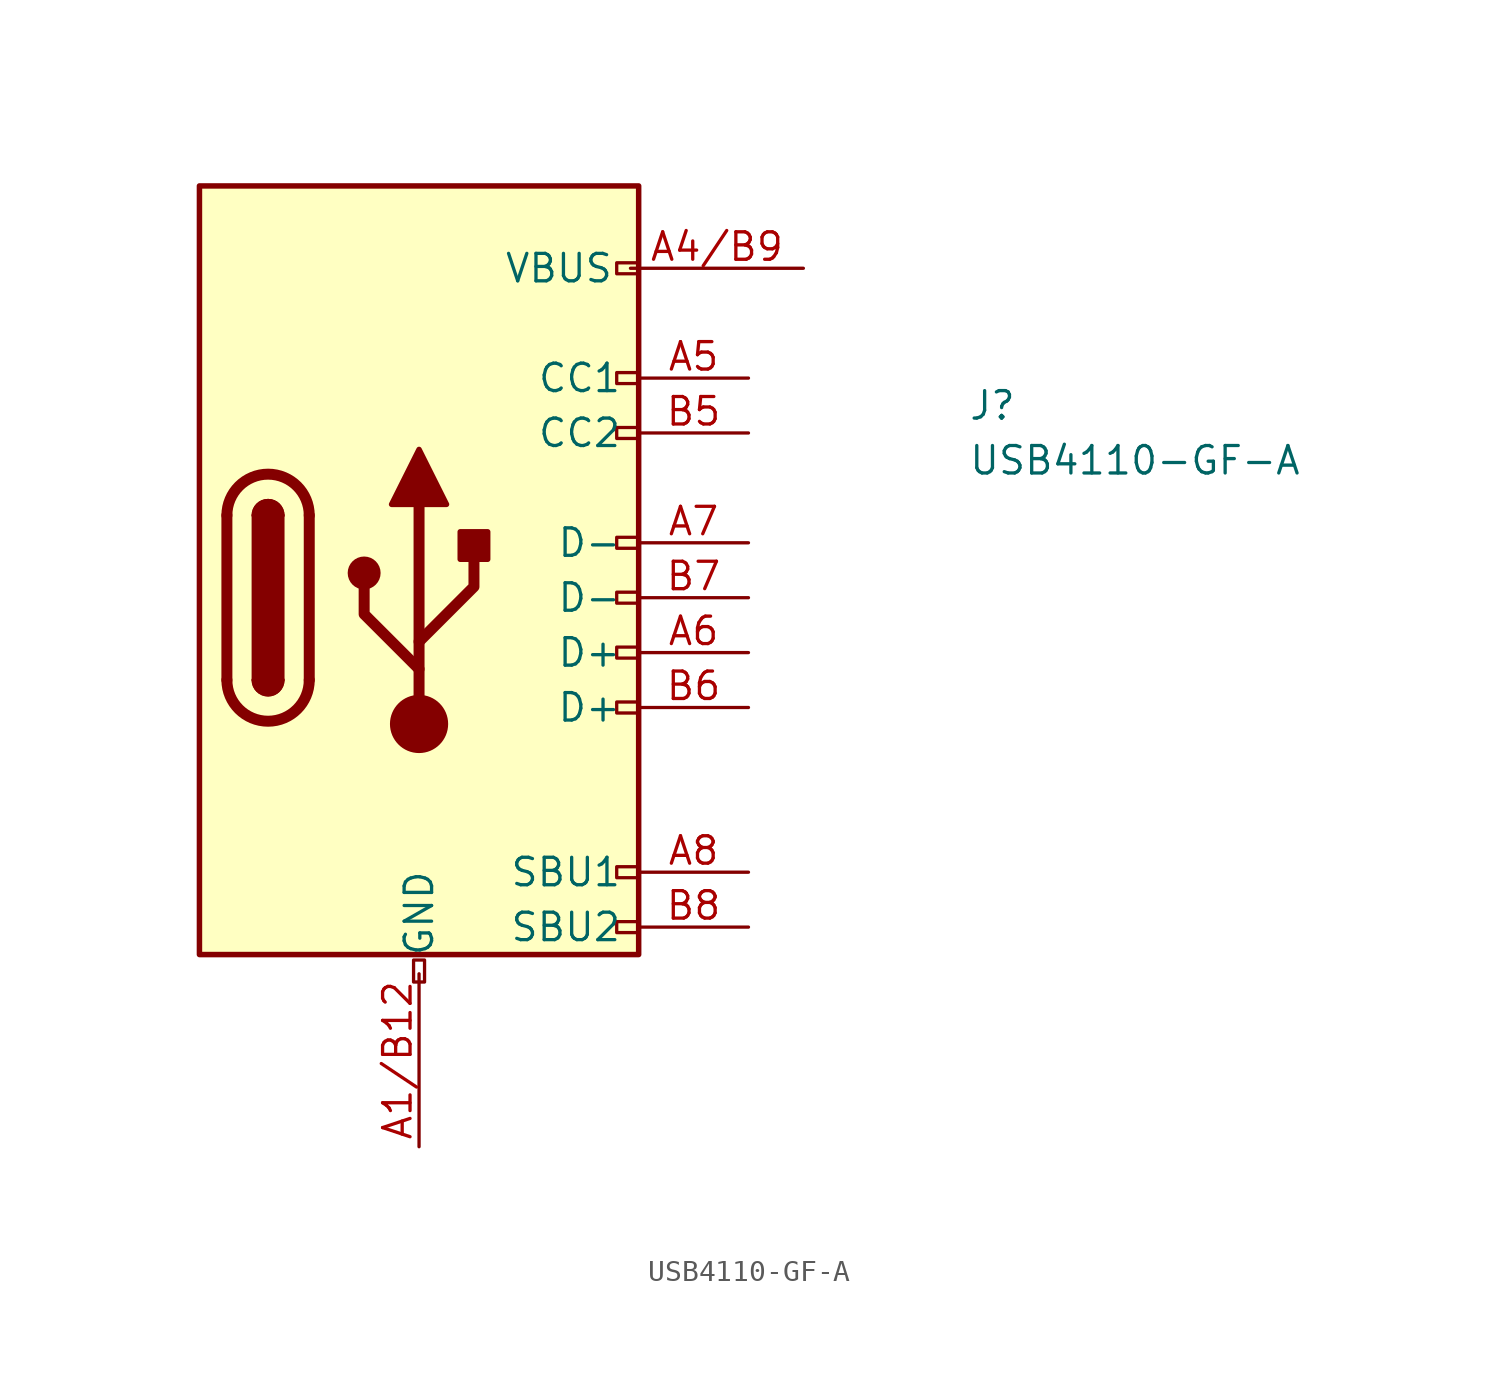
<source format=kicad_sym>
(kicad_symbol_lib
  (version 20211014)
  (generator kicad_symbol_editor)
  (symbol "USB4110-GF-A"
    (pin_names
      (offset 0.762))
    (property "Reference" "J"
      (at 21.59 7.62 0)
      (effects (font (size 1.27 1.27)) (justify left)))
    (property "Value" "USB4110-GF-A"
      (at 21.59 5.08 0)
      (effects (font (size 1.27 1.27)) (justify left)))
    (symbol "USB4110-GF-A_0_0"
      (rectangle (start -4.064 -19.05) (end -3.556 -18.034) (stroke (width 0) (type default) (color 0 0 0 0)) (fill (type none)))
      (rectangle (start 6.35 -16.256) (end 5.334 -16.764) (stroke (width 0) (type default) (color 0 0 0 0)) (fill (type none)))
      (rectangle (start 6.35 -13.716) (end 5.334 -14.224) (stroke (width 0) (type default) (color 0 0 0 0)) (fill (type none)))
      (rectangle (start 6.35 -6.096) (end 5.334 -6.604) (stroke (width 0) (type default) (color 0 0 0 0)) (fill (type none)))
      (rectangle (start 6.35 -3.556) (end 5.334 -4.064) (stroke (width 0) (type default) (color 0 0 0 0)) (fill (type none)))
      (rectangle (start 6.35 -1.016) (end 5.334 -1.524) (stroke (width 0) (type default) (color 0 0 0 0)) (fill (type none)))
      (rectangle (start 6.35 1.524) (end 5.334 1.016) (stroke (width 0) (type default) (color 0 0 0 0)) (fill (type none)))
      (rectangle (start 6.35 6.604) (end 5.334 6.096) (stroke (width 0) (type default) (color 0 0 0 0)) (fill (type none)))
      (rectangle (start 6.35 9.144) (end 5.334 8.636) (stroke (width 0) (type default) (color 0 0 0 0)) (fill (type none)))
      (rectangle (start 6.35 14.224) (end 5.334 13.716) (stroke (width 0) (type default) (color 0 0 0 0)) (fill (type none))))
    (symbol "USB4110-GF-A_0_1"
      (rectangle (start -13.97 17.78) (end 6.35 -17.78) (stroke (width 0.254) (type default) (color 0 0 0 0)) (fill (type background)))
      (arc (start -12.7 -5.08) (mid -10.795 -6.985) (end -8.89 -5.08) (stroke (width 0.508) (type default) (color 0 0 0 0)) (fill (type none)))
      (arc (start -11.43 -5.08) (mid -10.795 -5.715) (end -10.16 -5.08) (stroke (width 0.254) (type default) (color 0 0 0 0)) (fill (type none)))
      (arc (start -11.43 -5.08) (mid -10.795 -5.715) (end -10.16 -5.08) (stroke (width 0.254) (type default) (color 0 0 0 0)) (fill (type outline)))
      (rectangle (start -11.43 -5.08) (end -10.16 2.54) (stroke (width 0.254) (type default) (color 0 0 0 0)) (fill (type outline)))
      (arc (start -10.16 2.54) (mid -10.795 3.175) (end -11.43 2.54) (stroke (width 0.254) (type default) (color 0 0 0 0)) (fill (type none)))
      (arc (start -10.16 2.54) (mid -10.795 3.175) (end -11.43 2.54) (stroke (width 0.254) (type default) (color 0 0 0 0)) (fill (type outline)))
      (arc (start -8.89 2.54) (mid -10.795 4.445) (end -12.7 2.54) (stroke (width 0.508) (type default) (color 0 0 0 0)) (fill (type none)))
      (circle (center -6.35 -0.127) (radius 0.635) (stroke (width 0.254) (type default) (color 0 0 0 0)) (fill (type outline)))
      (circle (center -3.81 -7.112) (radius 1.27) (stroke (width 0) (type default) (color 0 0 0 0)) (fill (type outline)))
      (rectangle (start -1.905 0.508) (end -0.635 1.778) (stroke (width 0.254) (type default) (color 0 0 0 0)) (fill (type outline)))
      (polyline (pts (xy -12.7 -5.08) (xy -12.7 2.54)) (stroke (width 0.508) (type default) (color 0 0 0 0)) (fill (type none)))
      (polyline (pts (xy -8.89 2.54) (xy -8.89 -5.08)) (stroke (width 0.508) (type default) (color 0 0 0 0)) (fill (type none)))
      (polyline (pts (xy -3.81 -7.112) (xy -3.81 3.048)) (stroke (width 0.508) (type default) (color 0 0 0 0)) (fill (type none)))
      (polyline (pts (xy -3.81 -4.572) (xy -6.35 -2.032) (xy -6.35 -0.762)) (stroke (width 0.508) (type default) (color 0 0 0 0)) (fill (type none)))
      (polyline (pts (xy -3.81 -3.302) (xy -1.27 -0.762) (xy -1.27 0.508)) (stroke (width 0.508) (type default) (color 0 0 0 0)) (fill (type none)))
      (polyline (pts (xy -5.08 3.048) (xy -3.81 5.588) (xy -2.54 3.048) (xy -5.08 3.048)) (stroke (width 0.254) (type default) (color 0 0 0 0)) (fill (type outline))))
    (symbol "USB4110-GF-A_1_1"
      (pin passive line (at -3.81 -26.67 90) (length 8) (name "GND" (effects (font (size 1.27 1.27)))) (number "A1/B12" (effects (font (size 1.27 1.27)))))
      (pin passive line (at 13.97 13.97 180) (length 8) (name "VBUS" (effects (font (size 1.27 1.27)))) (number "A4/B9" (effects (font (size 1.27 1.27)))))
      (pin bidirectional line (at 11.43 8.89 180) (length 5.08) (name "CC1" (effects (font (size 1.27 1.27)))) (number "A5" (effects (font (size 1.27 1.27)))))
      (pin bidirectional line (at 11.43 -3.81 180) (length 5.08) (name "D+" (effects (font (size 1.27 1.27)))) (number "A6" (effects (font (size 1.27 1.27)))))
      (pin bidirectional line (at 11.43 1.27 180) (length 5.08) (name "D-" (effects (font (size 1.27 1.27)))) (number "A7" (effects (font (size 1.27 1.27)))))
      (pin bidirectional line (at 11.43 -13.97 180) (length 5.08) (name "SBU1" (effects (font (size 1.27 1.27)))) (number "A8" (effects (font (size 1.27 1.27)))))
      (pin passive line (at -3.81 -26.67 90) (length 8) hide (name "GND" (effects (font (size 1.27 1.27)))) (number "B1/A12" (effects (font (size 1.27 1.27)))))
      (pin passive line (at 13.97 13.97 180) (length 8) hide (name "VBUS" (effects (font (size 1.27 1.27)))) (number "B4/A9" (effects (font (size 1.27 1.27)))))
      (pin bidirectional line (at 11.43 6.35 180) (length 5.08) (name "CC2" (effects (font (size 1.27 1.27)))) (number "B5" (effects (font (size 1.27 1.27)))))
      (pin bidirectional line (at 11.43 -6.35 180) (length 5.08) (name "D+" (effects (font (size 1.27 1.27)))) (number "B6" (effects (font (size 1.27 1.27)))))
      (pin bidirectional line (at 11.43 -1.27 180) (length 5.08) (name "D-" (effects (font (size 1.27 1.27)))) (number "B7" (effects (font (size 1.27 1.27)))))
      (pin bidirectional line (at 11.43 -16.51 180) (length 5.08) (name "SBU2" (effects (font (size 1.27 1.27)))) (number "B8" (effects (font (size 1.27 1.27))))))))
</source>
